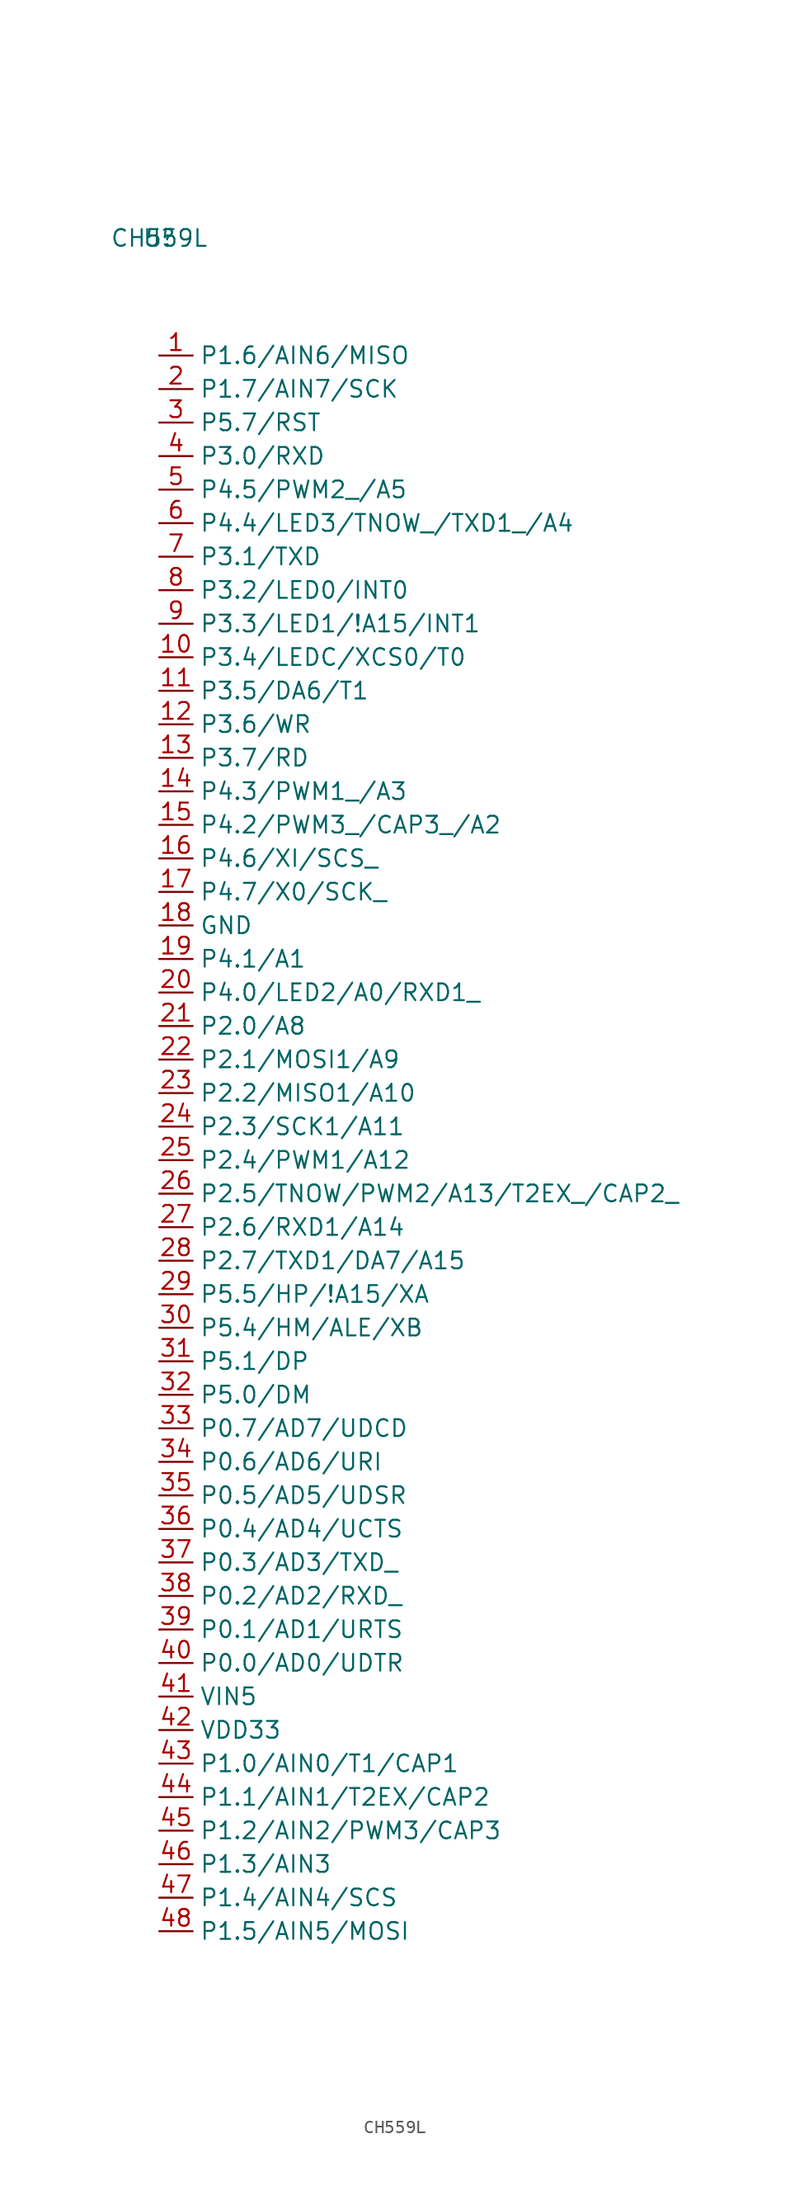
<source format=kicad_sym>
(kicad_symbol_lib
  (version 20211014)
  (generator kicad_symbol_editor)
  (symbol "CH559L"
    (property "Reference" "U"
      (at 0 15.24 0)
      (effects (font (size 1.27 1.27))))
    (property "Value" "CH559L"
      (at 0 15.24 0)
      (effects (font (size 1.27 1.27))))
    (symbol "CH559L_1_1"
      (pin passive line (at 0 6.35 0) (length 2.54) (name "P1.6/AIN6/MISO" (effects (font (size 1.27 1.27)))) (number "1" (effects (font (size 1.27 1.27)))))
      (pin passive line (at 0 -16.51 0) (length 2.54) (name "P3.4/LEDC/XCS0/T0" (effects (font (size 1.27 1.27)))) (number "10" (effects (font (size 1.27 1.27)))))
      (pin passive line (at 0 -19.05 0) (length 2.54) (name "P3.5/DA6/T1" (effects (font (size 1.27 1.27)))) (number "11" (effects (font (size 1.27 1.27)))))
      (pin passive line (at 0 -21.59 0) (length 2.54) (name "P3.6/WR" (effects (font (size 1.27 1.27)))) (number "12" (effects (font (size 1.27 1.27)))))
      (pin passive line (at 0 -24.13 0) (length 2.54) (name "P3.7/RD" (effects (font (size 1.27 1.27)))) (number "13" (effects (font (size 1.27 1.27)))))
      (pin passive line (at 0 -26.67 0) (length 2.54) (name "P4.3/PWM1_/A3" (effects (font (size 1.27 1.27)))) (number "14" (effects (font (size 1.27 1.27)))))
      (pin passive line (at 0 -29.21 0) (length 2.54) (name "P4.2/PWM3_/CAP3_/A2" (effects (font (size 1.27 1.27)))) (number "15" (effects (font (size 1.27 1.27)))))
      (pin passive line (at 0 -31.75 0) (length 2.54) (name "P4.6/XI/SCS_" (effects (font (size 1.27 1.27)))) (number "16" (effects (font (size 1.27 1.27)))))
      (pin passive line (at 0 -34.29 0) (length 2.54) (name "P4.7/X0/SCK_" (effects (font (size 1.27 1.27)))) (number "17" (effects (font (size 1.27 1.27)))))
      (pin passive line (at 0 -36.83 0) (length 2.54) (name "GND" (effects (font (size 1.27 1.27)))) (number "18" (effects (font (size 1.27 1.27)))))
      (pin passive line (at 0 -39.37 0) (length 2.54) (name "P4.1/A1" (effects (font (size 1.27 1.27)))) (number "19" (effects (font (size 1.27 1.27)))))
      (pin passive line (at 0 3.81 0) (length 2.54) (name "P1.7/AIN7/SCK" (effects (font (size 1.27 1.27)))) (number "2" (effects (font (size 1.27 1.27)))))
      (pin passive line (at 0 -41.91 0) (length 2.54) (name "P4.0/LED2/A0/RXD1_" (effects (font (size 1.27 1.27)))) (number "20" (effects (font (size 1.27 1.27)))))
      (pin passive line (at 0 -44.45 0) (length 2.54) (name "P2.0/A8" (effects (font (size 1.27 1.27)))) (number "21" (effects (font (size 1.27 1.27)))))
      (pin passive line (at 0 -46.99 0) (length 2.54) (name "P2.1/MOSI1/A9" (effects (font (size 1.27 1.27)))) (number "22" (effects (font (size 1.27 1.27)))))
      (pin passive line (at 0 -49.53 0) (length 2.54) (name "P2.2/MISO1/A10" (effects (font (size 1.27 1.27)))) (number "23" (effects (font (size 1.27 1.27)))))
      (pin passive line (at 0 -52.07 0) (length 2.54) (name "P2.3/SCK1/A11" (effects (font (size 1.27 1.27)))) (number "24" (effects (font (size 1.27 1.27)))))
      (pin passive line (at 0 -54.61 0) (length 2.54) (name "P2.4/PWM1/A12" (effects (font (size 1.27 1.27)))) (number "25" (effects (font (size 1.27 1.27)))))
      (pin passive line (at 0 -57.15 0) (length 2.54) (name "P2.5/TNOW/PWM2/A13/T2EX_/CAP2_" (effects (font (size 1.27 1.27)))) (number "26" (effects (font (size 1.27 1.27)))))
      (pin passive line (at 0 -59.69 0) (length 2.54) (name "P2.6/RXD1/A14" (effects (font (size 1.27 1.27)))) (number "27" (effects (font (size 1.27 1.27)))))
      (pin passive line (at 0 -62.23 0) (length 2.54) (name "P2.7/TXD1/DA7/A15" (effects (font (size 1.27 1.27)))) (number "28" (effects (font (size 1.27 1.27)))))
      (pin passive line (at 0 -64.77 0) (length 2.54) (name "P5.5/HP/!A15/XA" (effects (font (size 1.27 1.27)))) (number "29" (effects (font (size 1.27 1.27)))))
      (pin passive line (at 0 1.27 0) (length 2.54) (name "P5.7/RST" (effects (font (size 1.27 1.27)))) (number "3" (effects (font (size 1.27 1.27)))))
      (pin passive line (at 0 -67.31 0) (length 2.54) (name "P5.4/HM/ALE/XB" (effects (font (size 1.27 1.27)))) (number "30" (effects (font (size 1.27 1.27)))))
      (pin passive line (at 0 -69.85 0) (length 2.54) (name "P5.1/DP" (effects (font (size 1.27 1.27)))) (number "31" (effects (font (size 1.27 1.27)))))
      (pin passive line (at 0 -72.39 0) (length 2.54) (name "P5.0/DM" (effects (font (size 1.27 1.27)))) (number "32" (effects (font (size 1.27 1.27)))))
      (pin passive line (at 0 -74.93 0) (length 2.54) (name "P0.7/AD7/UDCD" (effects (font (size 1.27 1.27)))) (number "33" (effects (font (size 1.27 1.27)))))
      (pin passive line (at 0 -77.47 0) (length 2.54) (name "P0.6/AD6/URI" (effects (font (size 1.27 1.27)))) (number "34" (effects (font (size 1.27 1.27)))))
      (pin passive line (at 0 -80.01 0) (length 2.54) (name "P0.5/AD5/UDSR" (effects (font (size 1.27 1.27)))) (number "35" (effects (font (size 1.27 1.27)))))
      (pin passive line (at 0 -82.55 0) (length 2.54) (name "P0.4/AD4/UCTS" (effects (font (size 1.27 1.27)))) (number "36" (effects (font (size 1.27 1.27)))))
      (pin passive line (at 0 -85.09 0) (length 2.54) (name "P0.3/AD3/TXD_" (effects (font (size 1.27 1.27)))) (number "37" (effects (font (size 1.27 1.27)))))
      (pin passive line (at 0 -87.63 0) (length 2.54) (name "P0.2/AD2/RXD_" (effects (font (size 1.27 1.27)))) (number "38" (effects (font (size 1.27 1.27)))))
      (pin passive line (at 0 -90.17 0) (length 2.54) (name "P0.1/AD1/URTS" (effects (font (size 1.27 1.27)))) (number "39" (effects (font (size 1.27 1.27)))))
      (pin passive line (at 0 -1.27 0) (length 2.54) (name "P3.0/RXD" (effects (font (size 1.27 1.27)))) (number "4" (effects (font (size 1.27 1.27)))))
      (pin passive line (at 0 -92.71 0) (length 2.54) (name "P0.0/AD0/UDTR" (effects (font (size 1.27 1.27)))) (number "40" (effects (font (size 1.27 1.27)))))
      (pin passive line (at 0 -95.25 0) (length 2.54) (name "VIN5" (effects (font (size 1.27 1.27)))) (number "41" (effects (font (size 1.27 1.27)))))
      (pin passive line (at 0 -97.79 0) (length 2.54) (name "VDD33" (effects (font (size 1.27 1.27)))) (number "42" (effects (font (size 1.27 1.27)))))
      (pin passive line (at 0 -100.33 0) (length 2.54) (name "P1.0/AIN0/T1/CAP1" (effects (font (size 1.27 1.27)))) (number "43" (effects (font (size 1.27 1.27)))))
      (pin passive line (at 0 -102.87 0) (length 2.54) (name "P1.1/AIN1/T2EX/CAP2" (effects (font (size 1.27 1.27)))) (number "44" (effects (font (size 1.27 1.27)))))
      (pin passive line (at 0 -105.41 0) (length 2.54) (name "P1.2/AIN2/PWM3/CAP3" (effects (font (size 1.27 1.27)))) (number "45" (effects (font (size 1.27 1.27)))))
      (pin passive line (at 0 -107.95 0) (length 2.54) (name "P1.3/AIN3" (effects (font (size 1.27 1.27)))) (number "46" (effects (font (size 1.27 1.27)))))
      (pin passive line (at 0 -110.49 0) (length 2.54) (name "P1.4/AIN4/SCS" (effects (font (size 1.27 1.27)))) (number "47" (effects (font (size 1.27 1.27)))))
      (pin passive line (at 0 -113.03 0) (length 2.54) (name "P1.5/AIN5/MOSI" (effects (font (size 1.27 1.27)))) (number "48" (effects (font (size 1.27 1.27)))))
      (pin passive line (at 0 -3.81 0) (length 2.54) (name "P4.5/PWM2_/A5" (effects (font (size 1.27 1.27)))) (number "5" (effects (font (size 1.27 1.27)))))
      (pin passive line (at 0 -6.35 0) (length 2.54) (name "P4.4/LED3/TNOW_/TXD1_/A4" (effects (font (size 1.27 1.27)))) (number "6" (effects (font (size 1.27 1.27)))))
      (pin passive line (at 0 -8.89 0) (length 2.54) (name "P3.1/TXD" (effects (font (size 1.27 1.27)))) (number "7" (effects (font (size 1.27 1.27)))))
      (pin passive line (at 0 -11.43 0) (length 2.54) (name "P3.2/LED0/INT0" (effects (font (size 1.27 1.27)))) (number "8" (effects (font (size 1.27 1.27)))))
      (pin passive line (at 0 -13.97 0) (length 2.54) (name "P3.3/LED1/!A15/INT1" (effects (font (size 1.27 1.27)))) (number "9" (effects (font (size 1.27 1.27))))))))
</source>
